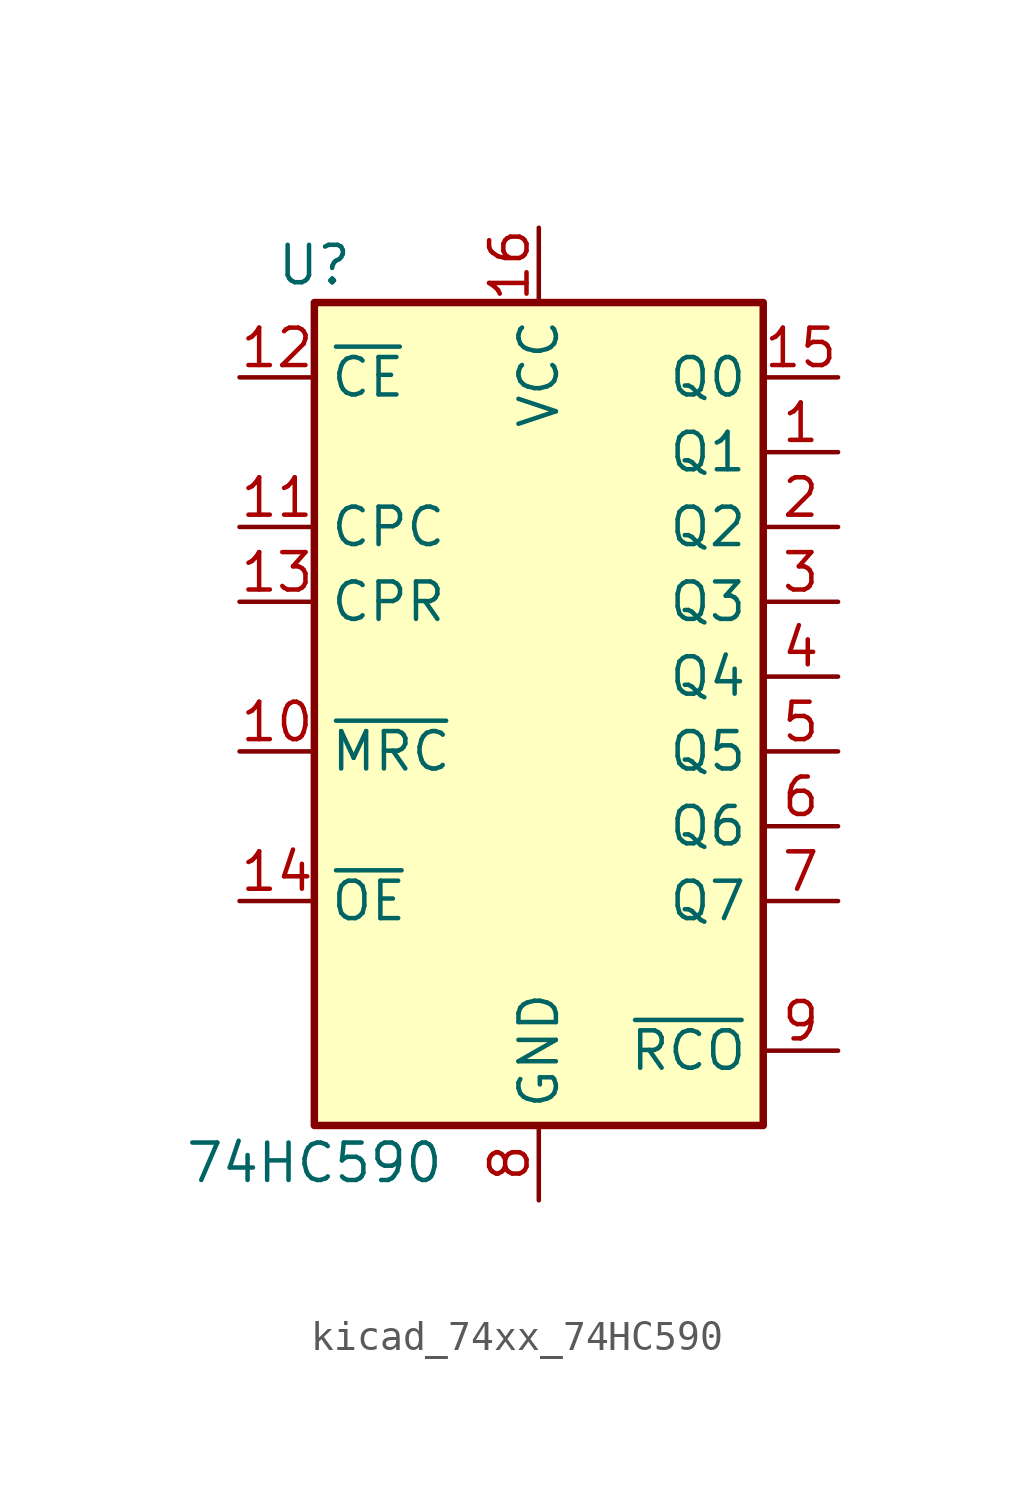
<source format=kicad_sym>
(kicad_symbol_lib
  (version 20220914)
  (generator kicad_symbol_editor)
  (symbol "kicad_74xx_74HC590"
    (property "Reference" "U"
      (at -7.62 16.51 0)
      (effects (font (size 1.27 1.27))))
    (property "Value" "74HC590"
      (at -7.62 -13.97 0)
      (effects (font (size 1.27 1.27))))
    (symbol "kicad_74xx_74HC590_1_0"
      (pin tri_state line (at 10.16 10.16 180) (length 2.54) (name "Q1" (effects (font (size 1.27 1.27)))) (number "1" (effects (font (size 1.27 1.27)))))
      (pin input line (at -10.16 0 0) (length 2.54) (name "~{MRC}" (effects (font (size 1.27 1.27)))) (number "10" (effects (font (size 1.27 1.27)))))
      (pin input line (at -10.16 7.62 0) (length 2.54) (name "CPC" (effects (font (size 1.27 1.27)))) (number "11" (effects (font (size 1.27 1.27)))))
      (pin input line (at -10.16 12.7 0) (length 2.54) (name "~{CE}" (effects (font (size 1.27 1.27)))) (number "12" (effects (font (size 1.27 1.27)))))
      (pin input line (at -10.16 5.08 0) (length 2.54) (name "CPR" (effects (font (size 1.27 1.27)))) (number "13" (effects (font (size 1.27 1.27)))))
      (pin input line (at -10.16 -5.08 0) (length 2.54) (name "~{OE}" (effects (font (size 1.27 1.27)))) (number "14" (effects (font (size 1.27 1.27)))))
      (pin tri_state line (at 10.16 12.7 180) (length 2.54) (name "Q0" (effects (font (size 1.27 1.27)))) (number "15" (effects (font (size 1.27 1.27)))))
      (pin power_in line (at 0 17.78 270) (length 2.54) (name "VCC" (effects (font (size 1.27 1.27)))) (number "16" (effects (font (size 1.27 1.27)))))
      (pin tri_state line (at 10.16 7.62 180) (length 2.54) (name "Q2" (effects (font (size 1.27 1.27)))) (number "2" (effects (font (size 1.27 1.27)))))
      (pin tri_state line (at 10.16 5.08 180) (length 2.54) (name "Q3" (effects (font (size 1.27 1.27)))) (number "3" (effects (font (size 1.27 1.27)))))
      (pin tri_state line (at 10.16 2.54 180) (length 2.54) (name "Q4" (effects (font (size 1.27 1.27)))) (number "4" (effects (font (size 1.27 1.27)))))
      (pin tri_state line (at 10.16 0 180) (length 2.54) (name "Q5" (effects (font (size 1.27 1.27)))) (number "5" (effects (font (size 1.27 1.27)))))
      (pin tri_state line (at 10.16 -2.54 180) (length 2.54) (name "Q6" (effects (font (size 1.27 1.27)))) (number "6" (effects (font (size 1.27 1.27)))))
      (pin tri_state line (at 10.16 -5.08 180) (length 2.54) (name "Q7" (effects (font (size 1.27 1.27)))) (number "7" (effects (font (size 1.27 1.27)))))
      (pin power_in line (at 0 -15.24 90) (length 2.54) (name "GND" (effects (font (size 1.27 1.27)))) (number "8" (effects (font (size 1.27 1.27)))))
      (pin output line (at 10.16 -10.16 180) (length 2.54) (name "~{RCO}" (effects (font (size 1.27 1.27)))) (number "9" (effects (font (size 1.27 1.27))))))
    (symbol "kicad_74xx_74HC590_1_1"
      (rectangle (start -7.62 15.24) (end 7.62 -12.7) (stroke (width 0.254) (type default)) (fill (type background))))))
</source>
